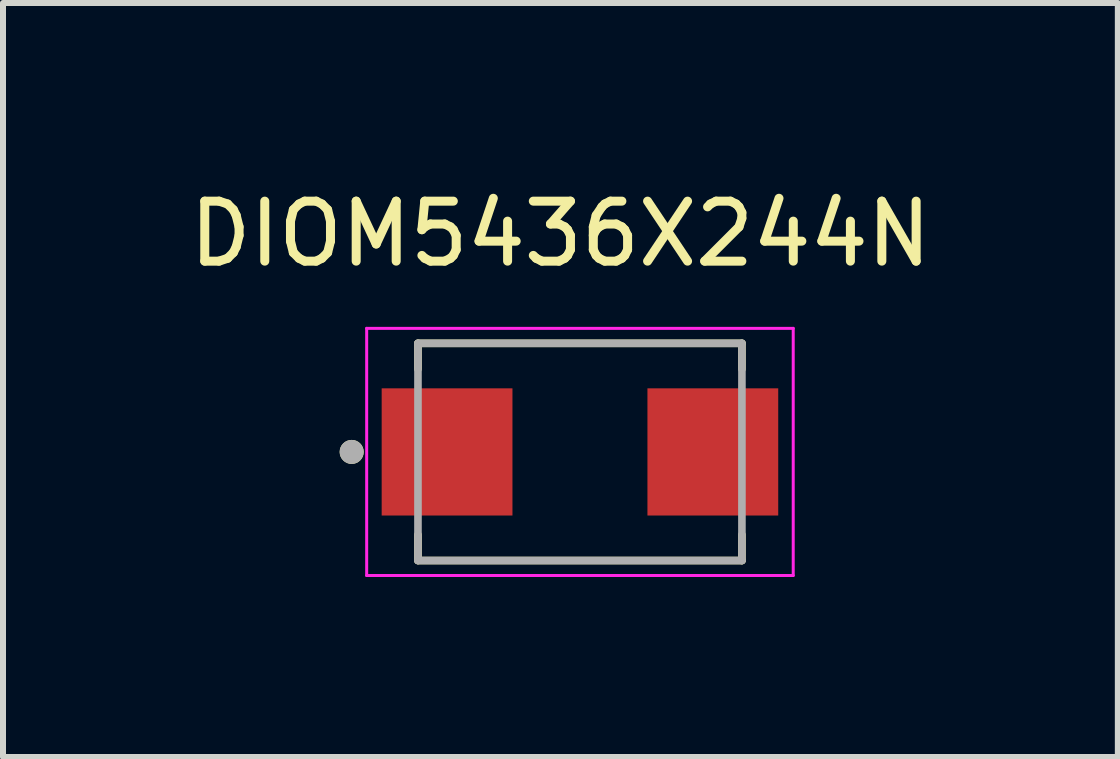
<source format=kicad_pcb>
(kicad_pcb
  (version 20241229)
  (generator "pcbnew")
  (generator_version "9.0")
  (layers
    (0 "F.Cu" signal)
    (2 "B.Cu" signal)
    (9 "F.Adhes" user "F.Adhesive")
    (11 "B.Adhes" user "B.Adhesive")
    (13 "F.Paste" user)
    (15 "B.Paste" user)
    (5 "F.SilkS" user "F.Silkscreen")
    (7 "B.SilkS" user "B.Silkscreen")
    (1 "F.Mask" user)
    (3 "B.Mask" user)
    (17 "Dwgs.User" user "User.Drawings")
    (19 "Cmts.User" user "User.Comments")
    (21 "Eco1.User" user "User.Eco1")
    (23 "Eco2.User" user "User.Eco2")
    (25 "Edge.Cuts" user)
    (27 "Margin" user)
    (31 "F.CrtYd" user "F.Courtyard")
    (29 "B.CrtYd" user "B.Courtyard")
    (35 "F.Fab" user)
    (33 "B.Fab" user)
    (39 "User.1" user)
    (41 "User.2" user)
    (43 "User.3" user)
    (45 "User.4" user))
  (footprint "DIOM5436X244N"
    (layer "F.Cu")
    (at 6.617 4.483)
    (property "Reference" "DIOM5436X244N" (at -0.325 -3.635 0) (layer "F.SilkS") (effects (font (size 1 1) (thickness 0.15))))
    (attr through_hole)
    (fp_line (start -2.7 -1.81) (end -2.7 -1.38) (stroke (width 0.127) (type solid)) (layer "F.SilkS"))
    (fp_line (start -2.7 -1.81) (end 2.7 -1.81) (stroke (width 0.127) (type solid)) (layer "F.SilkS"))
    (fp_line (start -2.7 1.38) (end -2.7 1.81) (stroke (width 0.127) (type solid)) (layer "F.SilkS"))
    (fp_line (start 2.7 -1.81) (end 2.7 -1.38) (stroke (width 0.127) (type solid)) (layer "F.SilkS"))
    (fp_line (start 2.7 1.38) (end 2.7 1.81) (stroke (width 0.127) (type solid)) (layer "F.SilkS"))
    (fp_line (start 2.7 1.81) (end -2.7 1.81) (stroke (width 0.127) (type solid)) (layer "F.SilkS"))
    (fp_circle (center -3.805 0) (end -3.705 0) (stroke (width 0.2) (type solid)) (fill no) (layer "F.SilkS"))
    (fp_line (start -3.555 -2.06) (end 3.555 -2.06) (stroke (width 0.05) (type solid)) (layer "F.CrtYd"))
    (fp_line (start -3.555 2.06) (end -3.555 -2.06) (stroke (width 0.05) (type solid)) (layer "F.CrtYd"))
    (fp_line (start 3.555 -2.06) (end 3.555 2.06) (stroke (width 0.05) (type solid)) (layer "F.CrtYd"))
    (fp_line (start 3.555 2.06) (end -3.555 2.06) (stroke (width 0.05) (type solid)) (layer "F.CrtYd"))
    (fp_line (start -2.7 -1.81) (end 2.7 -1.81) (stroke (width 0.127) (type solid)) (layer "F.Fab"))
    (fp_line (start -2.7 1.81) (end -2.7 -1.81) (stroke (width 0.127) (type solid)) (layer "F.Fab"))
    (fp_line (start 2.7 -1.81) (end 2.7 1.81) (stroke (width 0.127) (type solid)) (layer "F.Fab"))
    (fp_line (start 2.7 1.81) (end -2.7 1.81) (stroke (width 0.127) (type solid)) (layer "F.Fab"))
    (fp_circle (center -3.805 0) (end -3.705 0) (stroke (width 0.2) (type solid)) (fill no) (layer "F.Fab"))
    (pad "1" smd rect (at -2.215 0) (size 2.18 2.12) (layers "F.Cu" "F.Mask" "F.Paste"))
    (pad "2" smd rect (at 2.215 0) (size 2.18 2.12) (layers "F.Cu" "F.Mask" "F.Paste")))
  (gr_rect
    (start -3 -3)
    (end 15.583 9.568)
    (stroke (width 0.1) (type default))
    (fill no)
    (layer "Edge.Cuts")))
</source>
